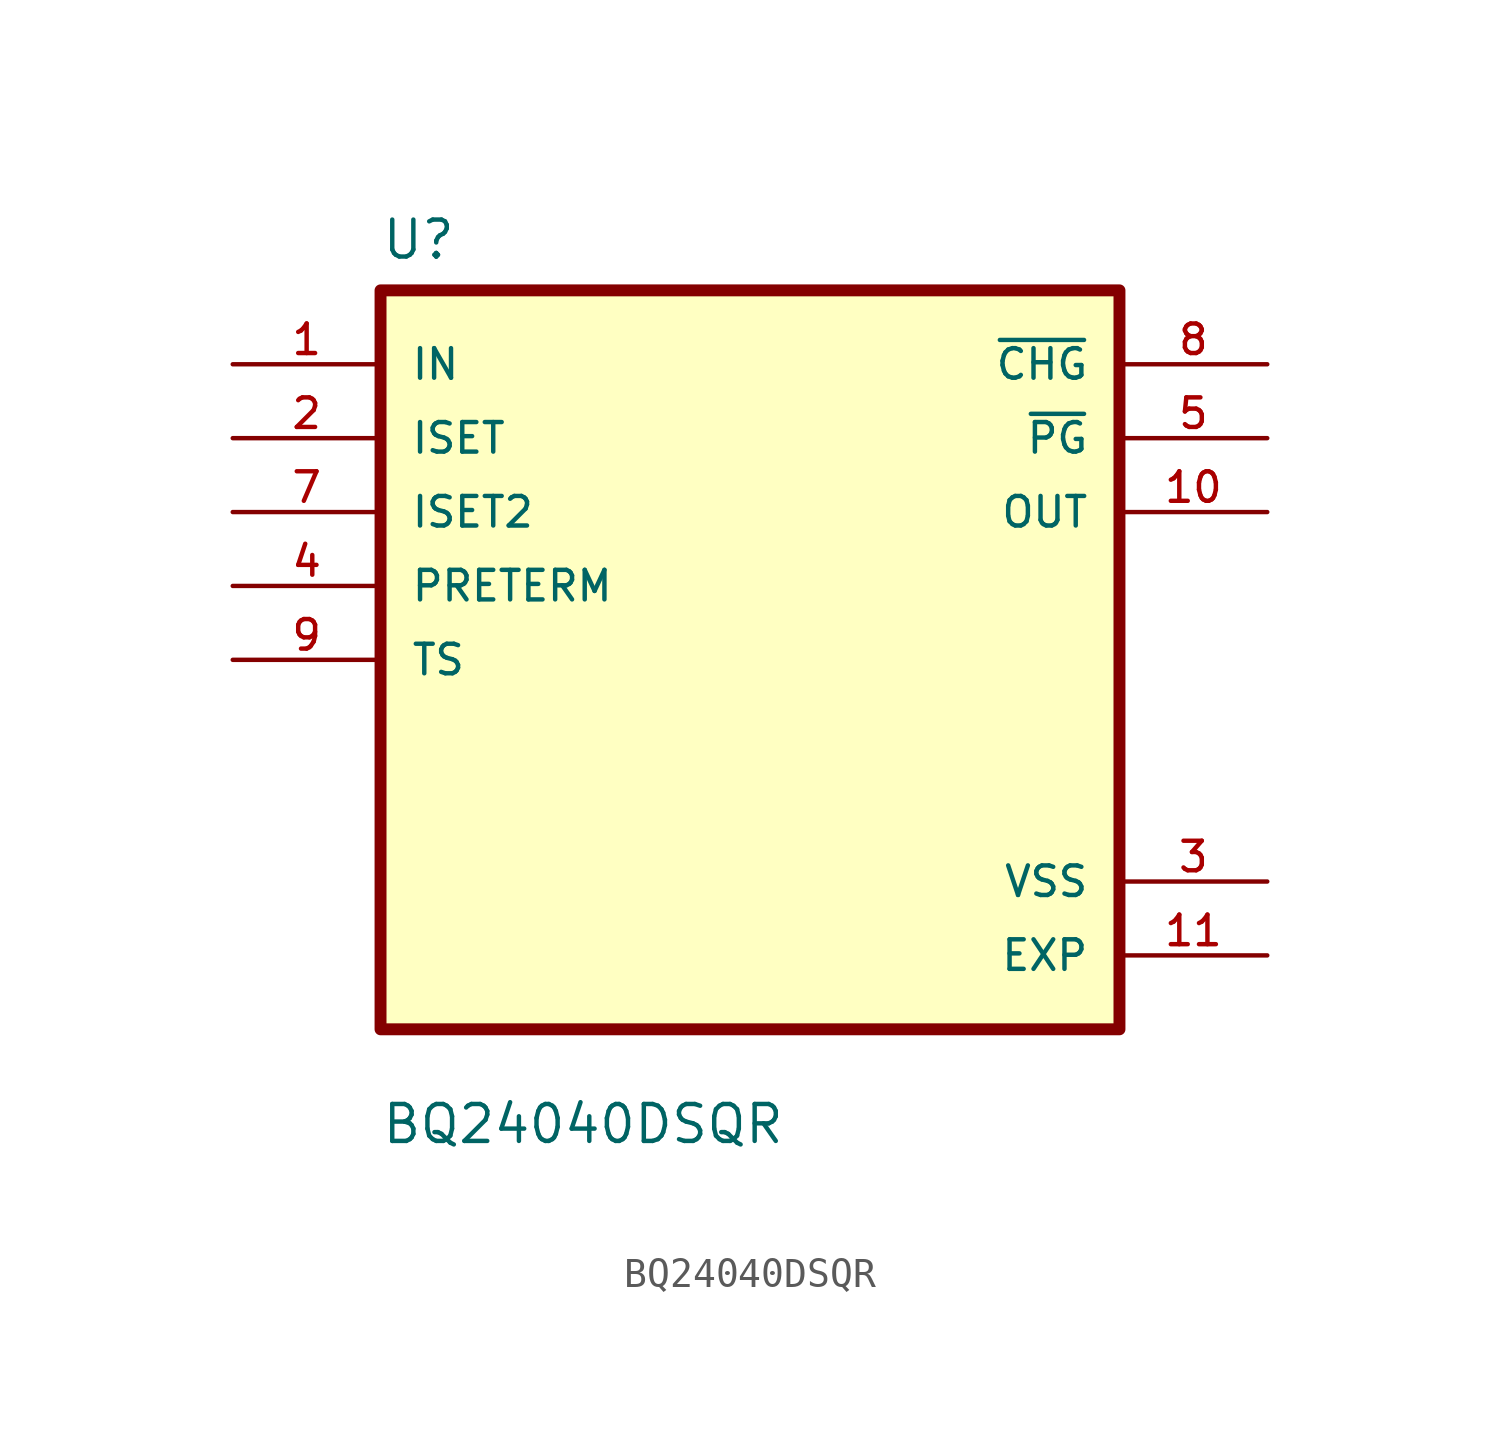
<source format=kicad_sym>
(kicad_symbol_lib
  (version 20211014)
  (generator kicad_symbol_editor)
  (symbol "BQ24040DSQR"
    (pin_names
      (offset 1.016))
    (property "Reference" "U"
      (at -12.7 13.7 0.0)
      (effects (font (size 1.27 1.27)) (justify bottom left)))
    (property "Value" "BQ24040DSQR"
      (at -12.7 -16.7 0.0)
      (effects (font (size 1.27 1.27)) (justify bottom left)))
    (symbol "BQ24040DSQR_0_0"
      (rectangle (start -12.7 -12.7) (end 12.7 12.7) (stroke (width 0.41)) (fill (type background)))
      (pin input line (at -17.78 10.16 0) (length 5.08) (name "IN" (effects (font (size 1.016 1.016)))) (number "1" (effects (font (size 1.016 1.016)))))
      (pin input line (at -17.78 7.62 0) (length 5.08) (name "ISET" (effects (font (size 1.016 1.016)))) (number "2" (effects (font (size 1.016 1.016)))))
      (pin input line (at -17.78 5.08 0) (length 5.08) (name "ISET2" (effects (font (size 1.016 1.016)))) (number "7" (effects (font (size 1.016 1.016)))))
      (pin input line (at -17.78 2.54 0) (length 5.08) (name "PRETERM" (effects (font (size 1.016 1.016)))) (number "4" (effects (font (size 1.016 1.016)))))
      (pin input line (at -17.78 0.0 0) (length 5.08) (name "TS" (effects (font (size 1.016 1.016)))) (number "9" (effects (font (size 1.016 1.016)))))
      (pin output line (at 17.78 10.16 180.0) (length 5.08) (name "~{CHG}" (effects (font (size 1.016 1.016)))) (number "8" (effects (font (size 1.016 1.016)))))
      (pin output line (at 17.78 7.62 180.0) (length 5.08) (name "~{PG}" (effects (font (size 1.016 1.016)))) (number "5" (effects (font (size 1.016 1.016)))))
      (pin output line (at 17.78 5.08 180.0) (length 5.08) (name "OUT" (effects (font (size 1.016 1.016)))) (number "10" (effects (font (size 1.016 1.016)))))
      (pin power_in line (at 17.78 -7.62 180.0) (length 5.08) (name "VSS" (effects (font (size 1.016 1.016)))) (number "3" (effects (font (size 1.016 1.016)))))
      (pin power_in line (at 17.78 -10.16 180.0) (length 5.08) (name "EXP" (effects (font (size 1.016 1.016)))) (number "11" (effects (font (size 1.016 1.016))))))))
</source>
